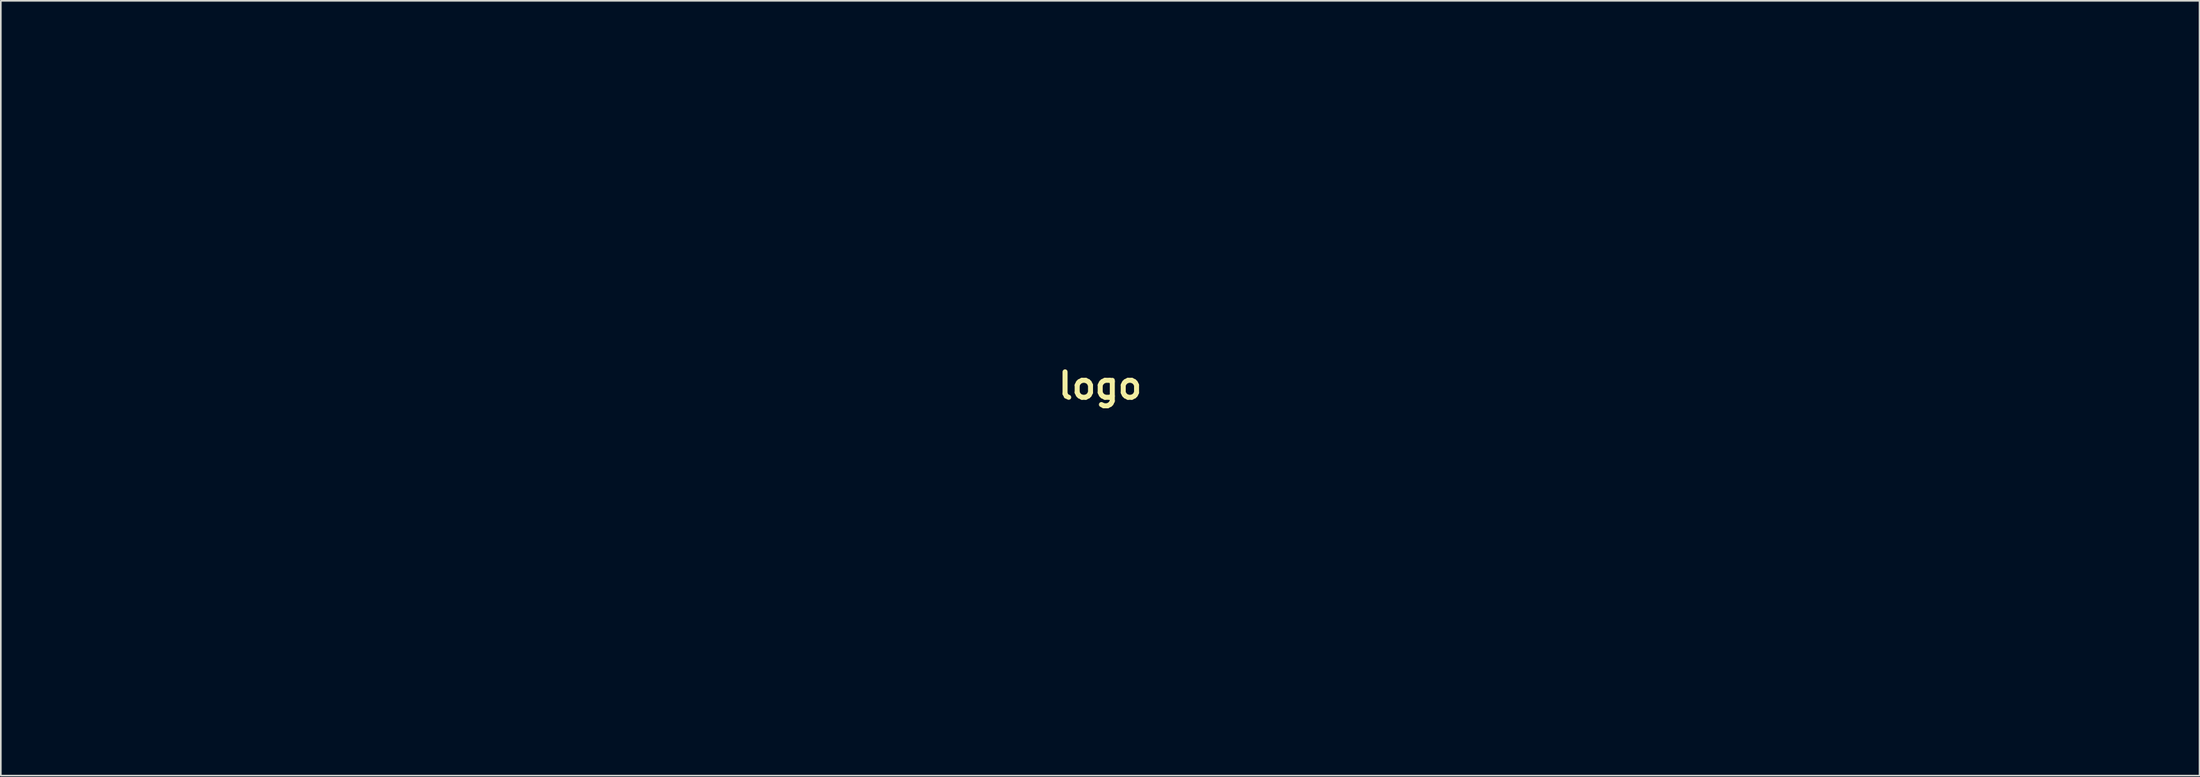
<source format=kicad_pcb>
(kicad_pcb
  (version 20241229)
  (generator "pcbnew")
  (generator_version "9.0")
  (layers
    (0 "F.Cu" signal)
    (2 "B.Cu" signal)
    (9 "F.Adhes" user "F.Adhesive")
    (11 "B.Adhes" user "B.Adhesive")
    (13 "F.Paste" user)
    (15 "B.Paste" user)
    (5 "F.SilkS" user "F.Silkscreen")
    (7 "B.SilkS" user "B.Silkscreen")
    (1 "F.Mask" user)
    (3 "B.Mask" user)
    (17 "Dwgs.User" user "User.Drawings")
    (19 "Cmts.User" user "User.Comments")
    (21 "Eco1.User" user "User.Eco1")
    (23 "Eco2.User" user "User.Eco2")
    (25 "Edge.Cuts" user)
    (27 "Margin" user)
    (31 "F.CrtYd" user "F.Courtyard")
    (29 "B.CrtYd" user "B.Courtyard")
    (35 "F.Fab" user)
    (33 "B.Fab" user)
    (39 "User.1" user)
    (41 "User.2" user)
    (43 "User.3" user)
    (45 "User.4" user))
  (footprint "logo"
    (layer "F.Cu")
    (at 62.837 20.058)
    (property "Reference" "logo" (at 0 0 0) (layer "F.SilkS") (effects (font (size 1.524 1.524) (thickness 0.3))))
    (attr through_hole)
    (fp_poly (pts (xy -57.484 20.32) (xy -58.821 20.32) (xy -58.821 13.636) (xy -57.484 13.636) (xy -57.484 20.32)) (stroke (width 0.01) (type solid)) (fill no) (layer "Eco2.User"))
    (fp_poly (pts (xy -8.823 -13.101) (xy -26.202 -13.101) (xy -26.202 -17.379) (xy -8.823 -17.379) (xy -8.823 -13.101)) (stroke (width 0.01) (type solid)) (fill no) (layer "Eco2.User"))
    (fp_poly (pts (xy -8.823 6.684) (xy -26.202 6.684) (xy -26.202 2.406) (xy -8.823 2.406) (xy -8.823 6.684)) (stroke (width 0.01) (type solid)) (fill no) (layer "Eco2.User"))
    (fp_poly (pts (xy 9.358 20.32) (xy 8.021 20.32) (xy 8.021 13.636) (xy 9.358 13.636) (xy 9.358 20.32)) (stroke (width 0.01) (type solid)) (fill no) (layer "Eco2.User"))
    (fp_poly (pts (xy -45.987 6.684) (xy -50.533 6.684) (xy -50.533 -3.208) (xy -62.832 -3.208) (xy -62.832 -7.754) (xy -50.533 -7.754) (xy -50.533 -17.379) (xy -45.987 -17.379) (xy -45.987 6.684)) (stroke (width 0.01) (type solid)) (fill no) (layer "Eco2.User"))
    (fp_poly (pts (xy -8.823 -3.476) (xy -26.202 -3.476) (xy -26.202 -7.219) (xy -22.125 -7.22) (xy -20.341 -7.232) (xy -18.248 -7.265) (xy -16.071 -7.314) (xy -14.035 -7.374) (xy -13.435 -7.396) (xy -8.823 -7.57) (xy -8.823 -3.476)) (stroke (width 0.01) (type solid)) (fill no) (layer "Eco2.User"))
    (fp_poly (pts (xy -47.286 17.184) (xy -47.076 17.489) (xy -47.057 17.78) (xy -47.143 18.258) (xy -47.51 18.432) (xy -47.859 18.448) (xy -48.432 18.376) (xy -48.642 18.071) (xy -48.661 17.78) (xy -48.575 17.302) (xy -48.208 17.128) (xy -47.859 17.112) (xy -47.286 17.184)) (stroke (width 0.01) (type solid)) (fill no) (layer "Eco2.User"))
    (fp_poly (pts (xy -9.893 19.251) (xy -9.091 19.251) (xy -8.503 19.335) (xy -8.297 19.647) (xy -8.288 19.785) (xy -8.352 20.094) (xy -8.628 20.255) (xy -9.243 20.314) (xy -9.759 20.32) (xy -11.229 20.32) (xy -11.229 13.636) (xy -9.893 13.636) (xy -9.893 19.251)) (stroke (width 0.01) (type solid)) (fill no) (layer "Eco2.User"))
    (fp_poly (pts (xy 30.441 -20.013) (xy 30.999 -19.846) (xy 31.419 -19.484) (xy 31.53 -19.348) (xy 31.94 -18.474) (xy 32.086 -17.389) (xy 31.946 -16.358) (xy 31.809 -16.027) (xy 31.347 -15.523) (xy 30.628 -15.047) (xy 29.9 -14.75) (xy 29.624 -14.714) (xy 29.234 -14.918) (xy 28.784 -15.398) (xy 28.195 -15.982) (xy 27.434 -16.483) (xy 27.381 -16.509) (xy 26.69 -17.018) (xy 26.466 -17.701) (xy 26.695 -18.615) (xy 26.861 -18.964) (xy 27.226 -19.525) (xy 27.698 -19.856) (xy 28.418 -20.012) (xy 29.525 -20.053) (xy 29.547 -20.053) (xy 30.441 -20.013)) (stroke (width 0.01) (type solid)) (fill no) (layer "Eco2.User"))
    (fp_poly (pts (xy 49.201 13.652) (xy 49.725 13.727) (xy 49.951 13.895) (xy 49.998 14.171) (xy 49.809 14.617) (xy 49.463 14.705) (xy 49.225 14.74) (xy 49.07 14.909) (xy 48.981 15.306) (xy 48.94 16.025) (xy 48.929 17.161) (xy 48.928 17.513) (xy 48.928 20.32) (xy 47.592 20.32) (xy 47.592 17.513) (xy 47.585 16.26) (xy 47.553 15.448) (xy 47.477 14.981) (xy 47.34 14.766) (xy 47.124 14.707) (xy 47.057 14.705) (xy 46.61 14.516) (xy 46.522 14.171) (xy 46.576 13.881) (xy 46.818 13.72) (xy 47.364 13.65) (xy 48.26 13.636) (xy 49.201 13.652)) (stroke (width 0.01) (type solid)) (fill no) (layer "Eco2.User"))
    (fp_poly (pts (xy -41.377 13.689) (xy -40.527 13.771) (xy -40.036 13.949) (xy -39.728 14.309) (xy -39.603 14.55) (xy -39.347 15.55) (xy -39.494 16.478) (xy -39.997 17.192) (xy -40.573 17.501) (xy -41.098 17.695) (xy -41.353 17.983) (xy -41.436 18.537) (xy -41.442 19.038) (xy -41.466 19.811) (xy -41.586 20.189) (xy -41.875 20.311) (xy -42.111 20.32) (xy -42.779 20.32) (xy -42.779 15.641) (xy -41.442 15.641) (xy -41.369 16.328) (xy -41.146 16.519) (xy -41.108 16.51) (xy -40.865 16.191) (xy -40.774 15.641) (xy -40.879 15.056) (xy -41.108 14.772) (xy -41.35 14.905) (xy -41.441 15.531) (xy -41.442 15.641) (xy -42.779 15.641) (xy -42.779 13.608) (xy -41.377 13.689)) (stroke (width 0.01) (type solid)) (fill no) (layer "Eco2.User"))
    (fp_poly (pts (xy -13.005 13.764) (xy -12.367 14.194) (xy -12.072 14.994) (xy -12.032 15.641) (xy -12.19 16.711) (xy -12.642 17.396) (xy -13.357 17.646) (xy -13.388 17.646) (xy -13.698 17.723) (xy -13.852 18.038) (xy -13.902 18.723) (xy -13.903 18.983) (xy -13.925 19.777) (xy -14.035 20.172) (xy -14.303 20.307) (xy -14.572 20.32) (xy -15.24 20.32) (xy -15.24 15.641) (xy -13.903 15.641) (xy -13.815 16.32) (xy -13.606 16.559) (xy -13.356 16.325) (xy -13.215 15.924) (xy -13.171 15.207) (xy -13.415 14.774) (xy -13.652 14.705) (xy -13.818 14.94) (xy -13.901 15.518) (xy -13.903 15.641) (xy -15.24 15.641) (xy -15.24 13.636) (xy -14.056 13.636) (xy -13.005 13.764)) (stroke (width 0.01) (type solid)) (fill no) (layer "Eco2.User"))
    (fp_poly (pts (xy -36.362 13.664) (xy -35.962 13.783) (xy -35.833 14.047) (xy -35.827 14.171) (xy -35.953 14.562) (xy -36.422 14.7) (xy -36.629 14.705) (xy -37.198 14.772) (xy -37.407 15.084) (xy -37.432 15.507) (xy -37.36 16.081) (xy -37.054 16.29) (xy -36.763 16.309) (xy -36.239 16.435) (xy -36.095 16.844) (xy -36.251 17.264) (xy -36.763 17.379) (xy -37.215 17.449) (xy -37.4 17.763) (xy -37.432 18.315) (xy -37.387 18.943) (xy -37.16 19.201) (xy -36.629 19.251) (xy -36.042 19.335) (xy -35.836 19.647) (xy -35.827 19.785) (xy -35.898 20.106) (xy -36.196 20.266) (xy -36.855 20.318) (xy -37.164 20.32) (xy -38.501 20.32) (xy -38.501 13.636) (xy -37.164 13.636) (xy -36.362 13.664)) (stroke (width 0.01) (type solid)) (fill no) (layer "Eco2.User"))
    (fp_poly (pts (xy -32.705 13.659) (xy -32.262 13.759) (xy -32.1 13.983) (xy -32.084 14.171) (xy -32.21 14.562) (xy -32.679 14.7) (xy -32.886 14.705) (xy -33.454 14.772) (xy -33.664 15.084) (xy -33.688 15.507) (xy -33.604 16.094) (xy -33.292 16.301) (xy -33.154 16.309) (xy -32.707 16.499) (xy -32.619 16.844) (xy -32.808 17.291) (xy -33.154 17.379) (xy -33.522 17.484) (xy -33.671 17.892) (xy -33.688 18.315) (xy -33.644 18.943) (xy -33.417 19.201) (xy -32.886 19.251) (xy -32.299 19.335) (xy -32.092 19.647) (xy -32.084 19.785) (xy -32.148 20.094) (xy -32.424 20.255) (xy -33.039 20.314) (xy -33.555 20.32) (xy -35.025 20.32) (xy -35.025 13.636) (xy -33.555 13.636) (xy -32.705 13.659)) (stroke (width 0.01) (type solid)) (fill no) (layer "Eco2.User"))
    (fp_poly (pts (xy 37.346 13.659) (xy 37.788 13.759) (xy 37.951 13.983) (xy 37.966 14.171) (xy 37.84 14.562) (xy 37.371 14.7) (xy 37.164 14.705) (xy 36.596 14.772) (xy 36.387 15.084) (xy 36.362 15.507) (xy 36.446 16.094) (xy 36.759 16.301) (xy 36.897 16.309) (xy 37.344 16.499) (xy 37.432 16.844) (xy 37.243 17.291) (xy 36.897 17.379) (xy 36.528 17.484) (xy 36.38 17.892) (xy 36.362 18.315) (xy 36.407 18.943) (xy 36.634 19.201) (xy 37.164 19.251) (xy 37.751 19.335) (xy 37.958 19.647) (xy 37.966 19.785) (xy 37.902 20.094) (xy 37.627 20.255) (xy 37.012 20.314) (xy 36.496 20.32) (xy 35.025 20.32) (xy 35.025 13.636) (xy 36.496 13.636) (xy 37.346 13.659)) (stroke (width 0.01) (type solid)) (fill no) (layer "Eco2.User"))
    (fp_poly (pts (xy 52.671 13.664) (xy 53.071 13.783) (xy 53.201 14.047) (xy 53.206 14.171) (xy 53.08 14.562) (xy 52.611 14.7) (xy 52.404 14.705) (xy 51.836 14.772) (xy 51.627 15.084) (xy 51.602 15.507) (xy 51.674 16.081) (xy 51.98 16.29) (xy 52.271 16.309) (xy 52.795 16.435) (xy 52.939 16.844) (xy 52.782 17.264) (xy 52.271 17.379) (xy 51.819 17.449) (xy 51.633 17.763) (xy 51.602 18.315) (xy 51.647 18.943) (xy 51.874 19.201) (xy 52.404 19.251) (xy 52.991 19.335) (xy 53.198 19.647) (xy 53.206 19.785) (xy 53.136 20.106) (xy 52.837 20.266) (xy 52.179 20.318) (xy 51.869 20.32) (xy 50.533 20.32) (xy 50.533 13.636) (xy 51.869 13.636) (xy 52.671 13.664)) (stroke (width 0.01) (type solid)) (fill no) (layer "Eco2.User"))
    (fp_poly (pts (xy -29.253 13.689) (xy -28.679 13.905) (xy -28.326 14.368) (xy -28.143 15.163) (xy -28.078 16.372) (xy -28.074 16.978) (xy -28.106 18.373) (xy -28.237 19.32) (xy -28.517 19.903) (xy -28.998 20.206) (xy -29.731 20.313) (xy -30.098 20.32) (xy -31.282 20.32) (xy -31.282 17.011) (xy -29.945 17.011) (xy -29.935 18.115) (xy -29.893 18.768) (xy -29.801 19.053) (xy -29.644 19.055) (xy -29.544 18.983) (xy -29.268 18.462) (xy -29.149 17.47) (xy -29.143 17.101) (xy -29.195 15.819) (xy -29.356 15.033) (xy -29.632 14.715) (xy -29.706 14.705) (xy -29.814 14.952) (xy -29.896 15.612) (xy -29.941 16.563) (xy -29.945 17.011) (xy -31.282 17.011) (xy -31.282 13.636) (xy -30.098 13.636) (xy -29.253 13.689)) (stroke (width 0.01) (type solid)) (fill no) (layer "Eco2.User"))
    (fp_poly (pts (xy -20.673 13.659) (xy -20.231 13.759) (xy -20.068 13.983) (xy -20.053 14.171) (xy -20.157 14.539) (xy -20.566 14.688) (xy -20.988 14.705) (xy -21.617 14.75) (xy -21.875 14.977) (xy -21.924 15.507) (xy -21.852 16.081) (xy -21.546 16.29) (xy -21.256 16.309) (xy -20.732 16.435) (xy -20.587 16.844) (xy -20.744 17.264) (xy -21.256 17.379) (xy -21.708 17.449) (xy -21.893 17.763) (xy -21.924 18.315) (xy -21.883 18.942) (xy -21.649 19.199) (xy -21.06 19.25) (xy -20.988 19.251) (xy -20.343 19.31) (xy -20.083 19.544) (xy -20.053 19.785) (xy -20.116 20.094) (xy -20.392 20.255) (xy -21.007 20.314) (xy -21.523 20.32) (xy -22.994 20.32) (xy -22.994 13.636) (xy -21.523 13.636) (xy -20.673 13.659)) (stroke (width 0.01) (type solid)) (fill no) (layer "Eco2.User"))
    (fp_poly (pts (xy 3.519 16.443) (xy 3.77 17.949) (xy 3.922 19.007) (xy 3.973 19.695) (xy 3.924 20.092) (xy 3.775 20.274) (xy 3.524 20.32) (xy 3.505 20.32) (xy 3.031 20.078) (xy 2.831 19.652) (xy 2.58 19.15) (xy 2.297 18.983) (xy 1.964 19.211) (xy 1.762 19.652) (xy 1.471 20.162) (xy 1.054 20.345) (xy 0.689 20.19) (xy 0.551 19.718) (xy 0.603 19.205) (xy 0.727 18.311) (xy 0.903 17.183) (xy 0.937 16.978) (xy 2.191 16.978) (xy 2.22 17.435) (xy 2.304 17.475) (xy 2.314 17.451) (xy 2.367 16.92) (xy 2.324 16.649) (xy 2.239 16.54) (xy 2.193 16.895) (xy 2.191 16.978) (xy 0.937 16.978) (xy 1.026 16.443) (xy 1.485 13.769) (xy 3.06 13.769) (xy 3.519 16.443)) (stroke (width 0.01) (type solid)) (fill no) (layer "Eco2.User"))
    (fp_poly (pts (xy 57.092 17.045) (xy 57.666 20.32) (xy 57.069 20.32) (xy 56.532 20.117) (xy 56.305 19.652) (xy 56.054 19.15) (xy 55.77 18.983) (xy 55.438 19.211) (xy 55.235 19.652) (xy 54.945 20.162) (xy 54.528 20.345) (xy 54.163 20.19) (xy 54.025 19.718) (xy 54.076 19.205) (xy 54.2 18.311) (xy 54.376 17.183) (xy 54.411 16.978) (xy 55.665 16.978) (xy 55.694 17.435) (xy 55.777 17.475) (xy 55.788 17.451) (xy 55.841 16.92) (xy 55.798 16.649) (xy 55.713 16.54) (xy 55.667 16.895) (xy 55.665 16.978) (xy 54.411 16.978) (xy 54.5 16.443) (xy 54.712 15.237) (xy 54.877 14.462) (xy 55.041 14.023) (xy 55.248 13.825) (xy 55.541 13.772) (xy 55.739 13.769) (xy 56.519 13.769) (xy 57.092 17.045)) (stroke (width 0.01) (type solid)) (fill no) (layer "Eco2.User"))
    (fp_poly (pts (xy 6.778 13.655) (xy 7.262 13.741) (xy 7.457 13.934) (xy 7.486 14.171) (xy 7.297 14.617) (xy 6.952 14.705) (xy 6.713 14.74) (xy 6.558 14.909) (xy 6.469 15.306) (xy 6.428 16.025) (xy 6.417 17.161) (xy 6.417 17.513) (xy 6.41 18.765) (xy 6.378 19.577) (xy 6.302 20.044) (xy 6.166 20.26) (xy 5.949 20.319) (xy 5.882 20.32) (xy 5.644 20.285) (xy 5.489 20.116) (xy 5.4 19.72) (xy 5.359 19) (xy 5.348 17.864) (xy 5.347 17.513) (xy 5.341 16.26) (xy 5.309 15.448) (xy 5.233 14.981) (xy 5.096 14.766) (xy 4.88 14.707) (xy 4.813 14.705) (xy 4.366 14.516) (xy 4.278 14.171) (xy 4.336 13.872) (xy 4.594 13.71) (xy 5.172 13.646) (xy 5.882 13.636) (xy 6.778 13.655)) (stroke (width 0.01) (type solid)) (fill no) (layer "Eco2.User"))
    (fp_poly (pts (xy 34.336 13.659) (xy 34.489 13.703) (xy 34.445 13.976) (xy 34.329 14.67) (xy 34.156 15.679) (xy 33.956 16.844) (xy 33.747 18.071) (xy 33.576 19.101) (xy 33.462 19.823) (xy 33.423 20.119) (xy 33.193 20.274) (xy 32.79 20.32) (xy 32.506 20.284) (xy 32.291 20.116) (xy 32.107 19.725) (xy 31.916 19.02) (xy 31.68 17.909) (xy 31.587 17.446) (xy 31.297 15.961) (xy 31.118 14.921) (xy 31.049 14.247) (xy 31.089 13.86) (xy 31.237 13.683) (xy 31.492 13.636) (xy 31.544 13.636) (xy 31.814 13.662) (xy 32.007 13.809) (xy 32.165 14.175) (xy 32.332 14.862) (xy 32.548 15.97) (xy 32.562 16.042) (xy 32.79 17.245) (xy 32.993 15.441) (xy 33.116 14.483) (xy 33.25 13.941) (xy 33.45 13.698) (xy 33.772 13.637) (xy 33.843 13.636) (xy 34.336 13.659)) (stroke (width 0.01) (type solid)) (fill no) (layer "Eco2.User"))
    (fp_poly (pts (xy -44.756 13.588) (xy -44.077 13.93) (xy -43.667 14.474) (xy -43.634 14.611) (xy -43.742 15.118) (xy -44.107 15.386) (xy -44.53 15.323) (xy -44.714 15.117) (xy -45.069 14.744) (xy -45.362 14.819) (xy -45.453 15.188) (xy -45.271 15.651) (xy -44.809 16.27) (xy -44.529 16.565) (xy -43.713 17.59) (xy -43.4 18.579) (xy -43.6 19.498) (xy -43.697 19.662) (xy -44.314 20.17) (xy -45.135 20.332) (xy -45.946 20.137) (xy -46.347 19.831) (xy -46.737 19.184) (xy -46.691 18.659) (xy -46.264 18.373) (xy -45.768 18.434) (xy -45.578 18.743) (xy -45.29 19.147) (xy -44.918 19.229) (xy -44.67 18.973) (xy -44.651 18.815) (xy -44.82 18.377) (xy -45.254 17.74) (xy -45.58 17.351) (xy -46.157 16.618) (xy -46.574 15.918) (xy -46.678 15.646) (xy -46.645 14.836) (xy -46.245 14.082) (xy -45.601 13.603) (xy -45.492 13.569) (xy -44.756 13.588)) (stroke (width 0.01) (type solid)) (fill no) (layer "Eco2.User"))
    (fp_poly (pts (xy -16.301 13.642) (xy -16.114 13.734) (xy -16.122 14.022) (xy -16.318 14.618) (xy -16.596 15.364) (xy -17.15 16.844) (xy -16.596 18.325) (xy -16.24 19.316) (xy -16.086 19.911) (xy -16.133 20.21) (xy -16.38 20.312) (xy -16.576 20.32) (xy -17.104 20.06) (xy -17.463 19.454) (xy -17.817 18.588) (xy -18.119 19.454) (xy -18.495 20.126) (xy -18.969 20.32) (xy -19.411 20.228) (xy -19.518 20.094) (xy -19.437 19.738) (xy -19.225 19.043) (xy -18.991 18.338) (xy -18.708 17.473) (xy -18.599 16.886) (xy -18.667 16.35) (xy -18.91 15.637) (xy -18.991 15.422) (xy -19.332 14.498) (xy -19.471 13.964) (xy -19.403 13.714) (xy -19.122 13.64) (xy -18.888 13.636) (xy -18.386 13.78) (xy -18.066 14.298) (xy -17.999 14.505) (xy -17.739 15.374) (xy -17.538 14.505) (xy -17.303 13.882) (xy -16.908 13.651) (xy -16.689 13.636) (xy -16.301 13.642)) (stroke (width 0.01) (type solid)) (fill no) (layer "Eco2.User"))
    (fp_poly (pts (xy -4.89 13.98) (xy -4.856 14.013) (xy -4.604 14.536) (xy -4.425 15.428) (xy -4.324 16.526) (xy -4.31 17.669) (xy -4.39 18.693) (xy -4.571 19.437) (xy -4.608 19.518) (xy -5.135 20.038) (xy -5.897 20.289) (xy -6.679 20.239) (xy -7.242 19.891) (xy -7.459 19.348) (xy -7.593 18.444) (xy -7.648 17.335) (xy -7.641 16.978) (xy -6.417 16.978) (xy -6.4 18.114) (xy -6.337 18.809) (xy -6.213 19.157) (xy -6.016 19.251) (xy -5.815 19.154) (xy -5.693 18.8) (xy -5.631 18.098) (xy -5.615 16.978) (xy -5.632 15.842) (xy -5.694 15.146) (xy -5.818 14.799) (xy -6.016 14.705) (xy -6.216 14.802) (xy -6.339 15.155) (xy -6.4 15.858) (xy -6.417 16.978) (xy -7.641 16.978) (xy -7.625 16.177) (xy -7.524 15.125) (xy -7.349 14.334) (xy -7.176 14.013) (xy -6.464 13.637) (xy -5.617 13.626) (xy -4.89 13.98)) (stroke (width 0.01) (type solid)) (fill no) (layer "Eco2.User"))
    (fp_poly (pts (xy -1.346 13.742) (xy -0.717 14.028) (xy -0.688 14.056) (xy -0.418 14.598) (xy -0.284 15.404) (xy -0.294 16.245) (xy -0.459 16.889) (xy -0.556 17.026) (xy -0.71 17.441) (xy -0.6 18.19) (xy -0.558 18.35) (xy -0.314 19.379) (xy -0.292 19.991) (xy -0.503 20.258) (xy -0.856 20.272) (xy -1.251 20.098) (xy -1.534 19.631) (xy -1.76 18.849) (xy -2.075 17.513) (xy -2.107 18.916) (xy -2.146 19.735) (xy -2.259 20.153) (xy -2.512 20.303) (xy -2.807 20.32) (xy -3.476 20.32) (xy -3.476 15.641) (xy -2.139 15.641) (xy -2.1 16.345) (xy -1.966 16.539) (xy -1.715 16.24) (xy -1.615 16.061) (xy -1.47 15.484) (xy -1.57 14.959) (xy -1.869 14.707) (xy -1.9 14.705) (xy -2.058 14.94) (xy -2.137 15.519) (xy -2.139 15.641) (xy -3.476 15.641) (xy -3.476 13.636) (xy -2.292 13.636) (xy -1.346 13.742)) (stroke (width 0.01) (type solid)) (fill no) (layer "Eco2.User"))
    (fp_poly (pts (xy 13.023 13.98) (xy 13.058 14.013) (xy 13.31 14.536) (xy 13.489 15.428) (xy 13.59 16.526) (xy 13.604 17.669) (xy 13.524 18.693) (xy 13.343 19.437) (xy 13.305 19.518) (xy 12.778 20.038) (xy 12.017 20.289) (xy 11.234 20.239) (xy 10.672 19.891) (xy 10.455 19.348) (xy 10.32 18.444) (xy 10.265 17.335) (xy 10.273 16.978) (xy 11.497 16.978) (xy 11.514 18.114) (xy 11.576 18.809) (xy 11.7 19.157) (xy 11.898 19.251) (xy 12.098 19.154) (xy 12.221 18.8) (xy 12.282 18.098) (xy 12.299 16.978) (xy 12.282 15.842) (xy 12.219 15.146) (xy 12.096 14.799) (xy 11.898 14.705) (xy 11.697 14.802) (xy 11.575 15.155) (xy 11.513 15.858) (xy 11.497 16.978) (xy 10.273 16.978) (xy 10.289 16.177) (xy 10.39 15.125) (xy 10.565 14.334) (xy 10.738 14.013) (xy 11.449 13.637) (xy 12.296 13.626) (xy 13.023 13.98)) (stroke (width 0.01) (type solid)) (fill no) (layer "Eco2.User"))
    (fp_poly (pts (xy 40.898 13.742) (xy 41.527 14.028) (xy 41.557 14.056) (xy 41.825 14.596) (xy 41.96 15.401) (xy 41.952 16.24) (xy 41.789 16.884) (xy 41.692 17.022) (xy 41.563 17.413) (xy 41.648 18.168) (xy 41.8 18.814) (xy 42.193 20.32) (xy 41.561 20.32) (xy 41.129 20.224) (xy 40.846 19.848) (xy 40.636 19.184) (xy 40.391 18.266) (xy 40.244 17.854) (xy 40.167 17.934) (xy 40.134 18.493) (xy 40.126 18.916) (xy 40.094 19.735) (xy 39.985 20.152) (xy 39.735 20.302) (xy 39.437 20.32) (xy 38.768 20.32) (xy 38.768 15.698) (xy 40.105 15.698) (xy 40.127 16.322) (xy 40.234 16.497) (xy 40.491 16.305) (xy 40.534 16.263) (xy 40.83 15.634) (xy 40.783 15.27) (xy 40.531 14.778) (xy 40.294 14.778) (xy 40.135 15.229) (xy 40.105 15.698) (xy 38.768 15.698) (xy 38.768 13.636) (xy 39.952 13.636) (xy 40.898 13.742)) (stroke (width 0.01) (type solid)) (fill no) (layer "Eco2.User"))
    (fp_poly (pts (xy 59.503 13.671) (xy 59.779 13.856) (xy 59.982 14.31) (xy 60.194 15.153) (xy 60.229 15.307) (xy 60.604 16.978) (xy 60.804 15.674) (xy 60.982 14.641) (xy 61.173 14.031) (xy 61.441 13.734) (xy 61.855 13.64) (xy 62.058 13.636) (xy 62.832 13.636) (xy 62.832 20.32) (xy 62.163 20.32) (xy 61.74 20.263) (xy 61.539 19.996) (xy 61.472 19.372) (xy 61.466 19.184) (xy 61.437 18.047) (xy 61.183 19.184) (xy 60.945 19.903) (xy 60.66 20.29) (xy 60.567 20.32) (xy 60.284 20.074) (xy 60.044 19.424) (xy 59.992 19.184) (xy 59.779 18.047) (xy 59.634 19.117) (xy 59.471 19.845) (xy 59.18 20.188) (xy 58.888 20.272) (xy 58.639 20.29) (xy 58.471 20.206) (xy 58.367 19.933) (xy 58.312 19.388) (xy 58.29 18.486) (xy 58.286 17.141) (xy 58.286 16.996) (xy 58.286 13.636) (xy 59.07 13.636) (xy 59.503 13.671)) (stroke (width 0.01) (type solid)) (fill no) (layer "Eco2.User"))
    (fp_poly (pts (xy 29.278 13.629) (xy 29.737 13.928) (xy 30.022 14.52) (xy 30.169 15.484) (xy 30.212 16.896) (xy 30.213 17.01) (xy 30.174 18.415) (xy 30.031 19.37) (xy 29.746 19.952) (xy 29.28 20.242) (xy 28.608 20.32) (xy 27.893 20.177) (xy 27.424 19.9) (xy 27.21 19.543) (xy 27.078 18.926) (xy 27.015 17.947) (xy 27.004 17.01) (xy 27.012 16.704) (xy 28.074 16.704) (xy 28.121 18.041) (xy 28.267 18.875) (xy 28.516 19.233) (xy 28.606 19.251) (xy 28.827 19.027) (xy 28.975 18.649) (xy 29.091 17.903) (xy 29.131 16.959) (xy 29.099 16.017) (xy 28.999 15.278) (xy 28.902 15.005) (xy 28.583 14.727) (xy 28.323 14.934) (xy 28.146 15.577) (xy 28.074 16.607) (xy 28.074 16.704) (xy 27.012 16.704) (xy 27.042 15.565) (xy 27.181 14.573) (xy 27.455 13.958) (xy 27.902 13.642) (xy 28.555 13.547) (xy 28.608 13.547) (xy 29.278 13.629)) (stroke (width 0.01) (type solid)) (fill no) (layer "Eco2.User"))
    (fp_poly (pts (xy -59.623 20.32) (xy -60.292 20.32) (xy -60.674 20.282) (xy -60.874 20.08) (xy -60.949 19.584) (xy -60.96 18.849) (xy -60.996 17.963) (xy -61.122 17.506) (xy -61.361 17.379) (xy -61.603 17.511) (xy -61.727 17.974) (xy -61.762 18.849) (xy -61.785 19.699) (xy -61.886 20.142) (xy -62.109 20.304) (xy -62.297 20.32) (xy -62.519 20.29) (xy -62.669 20.14) (xy -62.762 19.785) (xy -62.81 19.138) (xy -62.829 18.111) (xy -62.832 16.978) (xy -62.827 15.591) (xy -62.803 14.652) (xy -62.746 14.074) (xy -62.642 13.77) (xy -62.478 13.653) (xy -62.297 13.636) (xy -61.976 13.706) (xy -61.816 14.005) (xy -61.764 14.663) (xy -61.762 14.973) (xy -61.719 15.813) (xy -61.571 16.224) (xy -61.361 16.309) (xy -61.109 16.166) (xy -60.986 15.671) (xy -60.96 14.973) (xy -60.938 14.179) (xy -60.828 13.783) (xy -60.56 13.648) (xy -60.292 13.636) (xy -59.623 13.636) (xy -59.623 20.32)) (stroke (width 0.01) (type solid)) (fill no) (layer "Eco2.User"))
    (fp_poly (pts (xy -54.117 13.761) (xy -53.611 14.336) (xy -53.474 15.139) (xy -53.541 15.773) (xy -53.794 16.021) (xy -53.99 16.042) (xy -54.456 15.816) (xy -54.591 15.461) (xy -54.796 14.95) (xy -55.011 14.771) (xy -55.181 14.858) (xy -55.286 15.302) (xy -55.337 16.168) (xy -55.345 16.978) (xy -55.325 18.151) (xy -55.256 18.858) (xy -55.128 19.166) (xy -55.011 19.185) (xy -54.735 18.907) (xy -54.591 18.447) (xy -54.62 18.041) (xy -54.792 17.914) (xy -55.024 17.69) (xy -55.078 17.379) (xy -54.952 16.988) (xy -54.483 16.85) (xy -54.276 16.844) (xy -53.474 16.844) (xy -53.474 20.235) (xy -54.815 20.283) (xy -55.629 20.283) (xy -56.077 20.166) (xy -56.325 19.863) (xy -56.419 19.639) (xy -56.547 19.039) (xy -56.64 18.096) (xy -56.682 16.999) (xy -56.682 16.856) (xy -56.6 15.392) (xy -56.335 14.39) (xy -55.864 13.8) (xy -55.161 13.575) (xy -54.996 13.569) (xy -54.117 13.761)) (stroke (width 0.01) (type solid)) (fill no) (layer "Eco2.User"))
    (fp_poly (pts (xy 52.605 -17.327) (xy 54.818 -17.12) (xy 56.64 -16.676) (xy 58.173 -15.954) (xy 59.524 -14.912) (xy 60.028 -14.406) (xy 61.108 -13.045) (xy 61.903 -11.537) (xy 62.436 -9.802) (xy 62.728 -7.76) (xy 62.8 -5.329) (xy 62.772 -4.222) (xy 62.565 -1.739) (xy 62.131 0.317) (xy 61.437 2.014) (xy 60.455 3.423) (xy 59.152 4.612) (xy 58.728 4.914) (xy 57.068 5.827) (xy 55.244 6.398) (xy 53.131 6.659) (xy 52.088 6.684) (xy 49.731 6.684) (xy 49.731 2.406) (xy 51.188 2.406) (xy 53.312 2.256) (xy 55.032 1.787) (xy 56.371 0.975) (xy 57.352 -0.205) (xy 57.998 -1.778) (xy 58.333 -3.77) (xy 58.395 -5.347) (xy 58.282 -7.489) (xy 57.933 -9.202) (xy 57.329 -10.545) (xy 56.609 -11.434) (xy 55.854 -12.064) (xy 55.041 -12.498) (xy 54.031 -12.782) (xy 52.686 -12.964) (xy 51.94 -13.025) (xy 49.731 -13.18) (xy 49.731 -17.448) (xy 52.605 -17.327)) (stroke (width 0.01) (type solid)) (fill no) (layer "Eco2.User"))
    (fp_poly (pts (xy 17.6 13.666) (xy 17.75 13.815) (xy 17.843 14.168) (xy 17.892 14.814) (xy 17.911 15.837) (xy 17.914 16.996) (xy 17.91 18.385) (xy 17.89 19.324) (xy 17.838 19.897) (xy 17.738 20.189) (xy 17.578 20.286) (xy 17.341 20.272) (xy 17.337 20.272) (xy 16.934 20.066) (xy 16.553 19.517) (xy 16.148 18.582) (xy 15.535 16.978) (xy 15.521 18.649) (xy 15.495 19.568) (xy 15.41 20.073) (xy 15.227 20.283) (xy 14.973 20.32) (xy 14.751 20.29) (xy 14.6 20.14) (xy 14.508 19.785) (xy 14.459 19.138) (xy 14.441 18.111) (xy 14.438 16.978) (xy 14.441 15.593) (xy 14.462 14.656) (xy 14.516 14.079) (xy 14.618 13.775) (xy 14.785 13.656) (xy 15.033 13.636) (xy 15.041 13.636) (xy 15.424 13.733) (xy 15.746 14.095) (xy 16.09 14.832) (xy 16.222 15.173) (xy 16.8 16.711) (xy 16.822 15.173) (xy 16.857 14.299) (xy 16.958 13.835) (xy 17.171 13.657) (xy 17.379 13.636) (xy 17.6 13.666)) (stroke (width 0.01) (type solid)) (fill no) (layer "Eco2.User"))
    (fp_poly (pts (xy 25.011 13.722) (xy 25.579 13.948) (xy 25.648 14.013) (xy 25.992 14.728) (xy 26.115 15.617) (xy 25.996 16.422) (xy 25.857 16.69) (xy 25.646 17.078) (xy 25.617 17.555) (xy 25.767 18.305) (xy 25.834 18.562) (xy 26.074 19.49) (xy 26.16 20.016) (xy 26.071 20.254) (xy 25.791 20.317) (xy 25.546 20.32) (xy 25.09 20.23) (xy 24.838 19.861) (xy 24.709 19.317) (xy 24.502 18.384) (xy 24.314 17.93) (xy 24.167 17.969) (xy 24.083 18.514) (xy 24.071 18.916) (xy 24.041 19.743) (xy 23.928 20.164) (xy 23.683 20.31) (xy 23.528 20.32) (xy 23.307 20.29) (xy 23.156 20.14) (xy 23.064 19.785) (xy 23.015 19.138) (xy 22.996 18.111) (xy 22.994 16.978) (xy 22.994 15.61) (xy 24.063 15.61) (xy 24.112 16.237) (xy 24.294 16.438) (xy 24.479 16.401) (xy 24.79 16.018) (xy 24.813 15.561) (xy 24.623 14.922) (xy 24.352 14.767) (xy 24.126 15.086) (xy 24.063 15.61) (xy 22.994 15.61) (xy 22.994 13.636) (xy 24.164 13.636) (xy 25.011 13.722)) (stroke (width 0.01) (type solid)) (fill no) (layer "Eco2.User"))
    (fp_poly (pts (xy -49.509 13.666) (xy -49.358 13.815) (xy -49.266 14.17) (xy -49.217 14.818) (xy -49.199 15.845) (xy -49.196 16.978) (xy -49.201 18.365) (xy -49.225 19.304) (xy -49.281 19.882) (xy -49.385 20.186) (xy -49.549 20.303) (xy -49.731 20.32) (xy -50.04 20.256) (xy -50.201 19.98) (xy -50.26 19.365) (xy -50.265 18.849) (xy -50.288 18) (xy -50.389 17.557) (xy -50.612 17.395) (xy -50.8 17.379) (xy -51.109 17.443) (xy -51.27 17.719) (xy -51.329 18.334) (xy -51.335 18.849) (xy -51.358 19.699) (xy -51.458 20.142) (xy -51.682 20.304) (xy -51.869 20.32) (xy -52.091 20.29) (xy -52.242 20.14) (xy -52.334 19.785) (xy -52.383 19.138) (xy -52.401 18.111) (xy -52.404 16.978) (xy -52.399 15.591) (xy -52.375 14.652) (xy -52.319 14.074) (xy -52.215 13.77) (xy -52.051 13.653) (xy -51.869 13.636) (xy -51.549 13.706) (xy -51.389 14.005) (xy -51.337 14.663) (xy -51.335 14.973) (xy -51.307 15.774) (xy -51.187 16.174) (xy -50.924 16.304) (xy -50.8 16.309) (xy -50.479 16.239) (xy -50.319 15.94) (xy -50.268 15.282) (xy -50.265 14.973) (xy -50.237 14.171) (xy -50.118 13.771) (xy -49.854 13.642) (xy -49.731 13.636) (xy -49.509 13.666)) (stroke (width 0.01) (type solid)) (fill no) (layer "Eco2.User"))
    (fp_poly (pts (xy 16.51 -17.377) (xy 18.5 -17.368) (xy 20.357 -17.341) (xy 22.002 -17.3) (xy 23.355 -17.247) (xy 24.337 -17.185) (xy 24.866 -17.116) (xy 24.874 -17.113) (xy 26.566 -16.383) (xy 28.002 -15.241) (xy 29.009 -13.884) (xy 29.415 -13.089) (xy 29.656 -12.394) (xy 29.773 -11.606) (xy 29.808 -10.529) (xy 29.809 -10.16) (xy 29.764 -8.772) (xy 29.613 -7.73) (xy 29.327 -6.854) (xy 29.251 -6.681) (xy 28.393 -5.288) (xy 27.252 -4.093) (xy 25.984 -3.261) (xy 25.923 -3.233) (xy 24.963 -2.803) (xy 27.071 0.804) (xy 27.858 2.152) (xy 28.605 3.431) (xy 29.245 4.527) (xy 29.711 5.325) (xy 29.841 5.548) (xy 30.503 6.684) (xy 25.507 6.684) (xy 22.846 2.139) (xy 20.186 -2.406) (xy 16.844 -2.339) (xy 13.502 -2.273) (xy 13.355 6.684) (xy 9.062 6.684) (xy 9.143 0.808) (xy 9.224 -5.069) (xy 10.706 -6.551) (xy 17.05 -6.684) (xy 19.207 -6.735) (xy 20.894 -6.793) (xy 22.18 -6.872) (xy 23.128 -6.986) (xy 23.805 -7.148) (xy 24.277 -7.37) (xy 24.611 -7.667) (xy 24.871 -8.052) (xy 24.996 -8.283) (xy 25.385 -9.52) (xy 25.316 -10.722) (xy 24.821 -11.773) (xy 23.933 -12.557) (xy 23.792 -12.633) (xy 23.447 -12.778) (xy 23.015 -12.89) (xy 22.428 -12.973) (xy 21.617 -13.032) (xy 20.513 -13.07) (xy 19.048 -13.091) (xy 17.153 -13.1) (xy 15.975 -13.101) (xy 9.091 -13.101) (xy 9.091 -17.379) (xy 16.51 -17.377)) (stroke (width 0.01) (type solid)) (fill no) (layer "Eco2.User")))
  (gr_rect
    (start -3 -3)
    (end 128.673 43.408)
    (stroke (width 0.1) (type default))
    (fill no)
    (layer "Edge.Cuts")))
</source>
